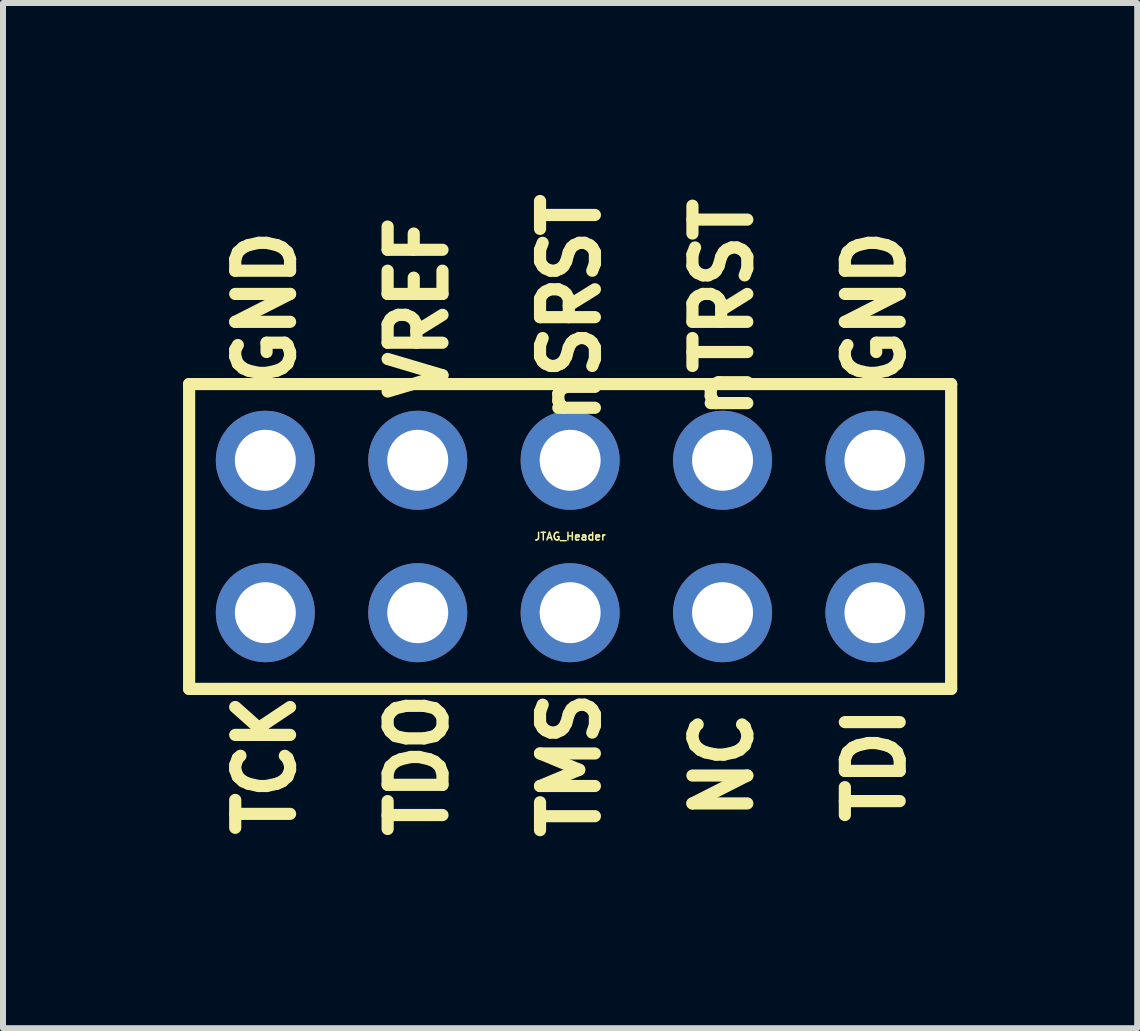
<source format=kicad_pcb>
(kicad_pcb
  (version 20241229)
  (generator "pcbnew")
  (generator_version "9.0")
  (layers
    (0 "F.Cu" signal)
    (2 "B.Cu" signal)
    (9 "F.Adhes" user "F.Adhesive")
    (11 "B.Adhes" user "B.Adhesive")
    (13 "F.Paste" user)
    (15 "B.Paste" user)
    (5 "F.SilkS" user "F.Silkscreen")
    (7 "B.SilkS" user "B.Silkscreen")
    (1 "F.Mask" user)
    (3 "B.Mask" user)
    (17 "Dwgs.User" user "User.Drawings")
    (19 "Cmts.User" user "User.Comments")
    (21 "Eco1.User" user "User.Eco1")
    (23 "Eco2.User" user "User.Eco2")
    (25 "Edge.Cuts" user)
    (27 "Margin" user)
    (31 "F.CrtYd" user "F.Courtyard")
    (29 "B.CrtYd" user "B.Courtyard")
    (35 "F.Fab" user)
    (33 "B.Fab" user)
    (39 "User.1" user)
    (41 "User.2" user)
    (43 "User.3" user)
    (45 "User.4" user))
  (footprint "JTAG_Header"
    (layer "F.Cu")
    (at 6.452 5.891)
    (property "Reference" "JTAG_Header" (at 0 0 0) (layer "F.SilkS") (effects (font (size 0.127 0.127) (thickness 0.025))))
    (attr through_hole)
    (fp_line (start -6.35 -2.54) (end -6.35 2.54) (stroke (width 0.203) (type solid)) (layer "F.SilkS"))
    (fp_line (start -6.35 2.54) (end 6.35 2.54) (stroke (width 0.203) (type solid)) (layer "F.SilkS"))
    (fp_line (start 6.35 -2.54) (end -6.35 -2.54) (stroke (width 0.203) (type solid)) (layer "F.SilkS"))
    (fp_line (start 6.35 2.54) (end 6.35 -2.54) (stroke (width 0.203) (type solid)) (layer "F.SilkS"))
    (fp_text user "TDO" (at -2.54 3.81 90) (layer "F.SilkS") (effects (font (size 0.914 0.813) (thickness 0.203))))
    (fp_text user "nSRST" (at 0 -3.81 90) (layer "F.SilkS") (effects (font (size 0.914 0.813) (thickness 0.203))))
    (fp_text user "NC" (at 2.54 3.81 90) (layer "F.SilkS") (effects (font (size 0.914 0.813) (thickness 0.203))))
    (fp_text user "TCK" (at -5.08 3.81 90) (layer "F.SilkS") (effects (font (size 0.914 0.813) (thickness 0.203))))
    (fp_text user "TDI" (at 5.08 3.81 90) (layer "F.SilkS") (effects (font (size 0.914 0.813) (thickness 0.203))))
    (fp_text user "GND" (at 5.08 -3.81 90) (layer "F.SilkS") (effects (font (size 0.914 0.813) (thickness 0.203))))
    (fp_text user "GND" (at -5.08 -3.81 90) (layer "F.SilkS") (effects (font (size 0.914 0.813) (thickness 0.203))))
    (fp_text user "TMS" (at 0 3.81 90) (layer "F.SilkS") (effects (font (size 0.914 0.813) (thickness 0.203))))
    (fp_text user "VREF" (at -2.54 -3.81 90) (layer "F.SilkS") (effects (font (size 0.914 0.813) (thickness 0.203))))
    (fp_text user "nTRST" (at 2.54 -3.81 90) (layer "F.SilkS") (effects (font (size 0.914 0.813) (thickness 0.203))))
    (pad "1" thru_hole circle (at -5.08 1.27) (size 1.651 1.651) (drill 1.016) (layers "*.Cu" "*.Mask"))
    (pad "2" thru_hole circle (at -5.08 -1.27) (size 1.651 1.651) (drill 1.016) (layers "*.Cu" "*.Mask"))
    (pad "3" thru_hole circle (at -2.54 1.27) (size 1.651 1.651) (drill 1.016) (layers "*.Cu" "*.Mask"))
    (pad "4" thru_hole circle (at -2.54 -1.27) (size 1.651 1.651) (drill 1.016) (layers "*.Cu" "*.Mask"))
    (pad "5" thru_hole circle (at 0 1.27) (size 1.651 1.651) (drill 1.016) (layers "*.Cu" "*.Mask"))
    (pad "6" thru_hole circle (at 0 -1.27) (size 1.651 1.651) (drill 1.016) (layers "*.Cu" "*.Mask"))
    (pad "7" thru_hole circle (at 2.54 1.27) (size 1.651 1.651) (drill 1.016) (layers "*.Cu" "*.Mask"))
    (pad "8" thru_hole circle (at 2.54 -1.27) (size 1.651 1.651) (drill 1.016) (layers "*.Cu" "*.Mask"))
    (pad "9" thru_hole circle (at 5.08 1.27) (size 1.651 1.651) (drill 1.016) (layers "*.Cu" "*.Mask"))
    (pad "10" thru_hole circle (at 5.08 -1.27) (size 1.651 1.651) (drill 1.016) (layers "*.Cu" "*.Mask")))
  (gr_rect
    (start -3 -3)
    (end 15.903 14.086)
    (stroke (width 0.1) (type default))
    (fill no)
    (layer "Edge.Cuts")))
</source>
